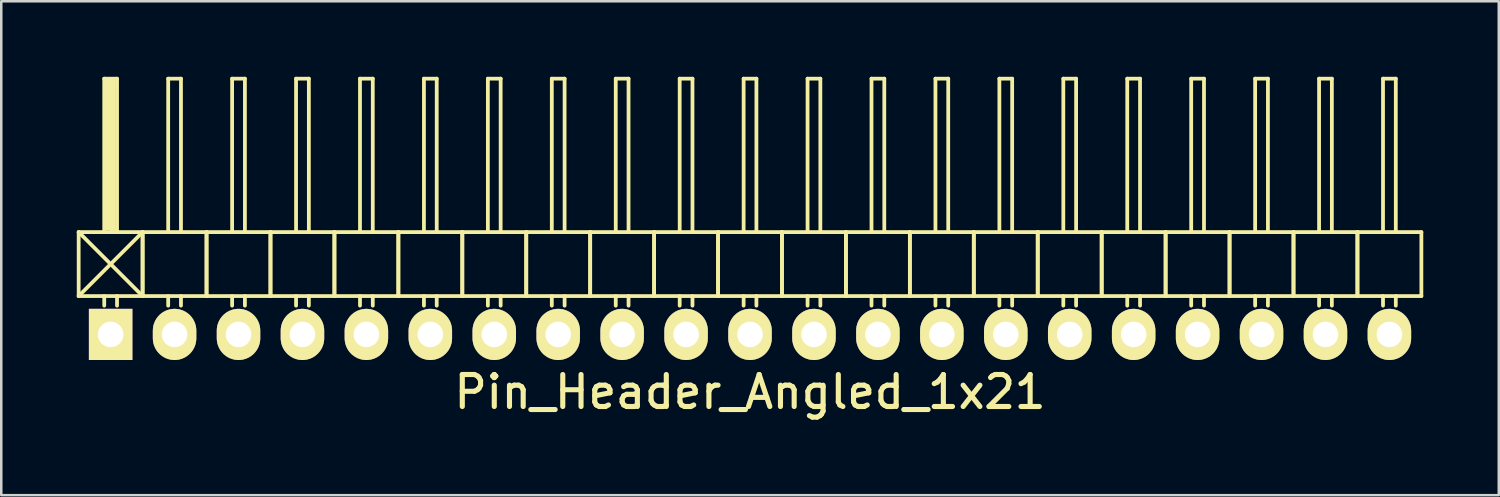
<source format=kicad_pcb>
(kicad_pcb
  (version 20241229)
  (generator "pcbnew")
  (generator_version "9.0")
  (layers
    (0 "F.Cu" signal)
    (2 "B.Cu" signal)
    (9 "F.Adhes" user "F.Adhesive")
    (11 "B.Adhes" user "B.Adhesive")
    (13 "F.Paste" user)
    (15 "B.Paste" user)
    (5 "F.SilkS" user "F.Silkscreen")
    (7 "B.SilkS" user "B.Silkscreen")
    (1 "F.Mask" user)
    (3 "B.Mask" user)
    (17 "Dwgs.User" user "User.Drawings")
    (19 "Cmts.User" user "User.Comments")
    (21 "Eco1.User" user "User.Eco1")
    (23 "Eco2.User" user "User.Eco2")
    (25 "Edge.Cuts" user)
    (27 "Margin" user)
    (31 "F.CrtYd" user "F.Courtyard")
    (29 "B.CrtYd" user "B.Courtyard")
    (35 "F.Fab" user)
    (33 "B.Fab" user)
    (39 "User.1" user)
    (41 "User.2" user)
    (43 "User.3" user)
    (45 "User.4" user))
  (footprint "Pin_Header_Angled_1x21"
    (layer "F.Cu")
    (at 26.745 10.235)
    (property "Reference" "Pin_Header_Angled_1x21" (at 0 2.286 0) (layer "F.SilkS") (effects (font (size 1.27 1.27) (thickness 0.203))))
    (attr through_hole)
    (fp_line (start -26.67 -4.064) (end -24.13 -1.524) (stroke (width 0.15) (type solid)) (layer "F.SilkS"))
    (fp_line (start -26.67 -1.524) (end -26.67 -4.064) (stroke (width 0.15) (type solid)) (layer "F.SilkS"))
    (fp_line (start -26.67 -1.524) (end -24.13 -1.524) (stroke (width 0.15) (type solid)) (layer "F.SilkS"))
    (fp_line (start -25.654 -10.16) (end -25.146 -10.16) (stroke (width 0.15) (type solid)) (layer "F.SilkS"))
    (fp_line (start -25.654 -4.064) (end -25.654 -10.16) (stroke (width 0.15) (type solid)) (layer "F.SilkS"))
    (fp_line (start -25.654 -1.524) (end -25.654 -1.143) (stroke (width 0.15) (type solid)) (layer "F.SilkS"))
    (fp_line (start -25.527 -10.033) (end -25.273 -10.033) (stroke (width 0.15) (type solid)) (layer "F.SilkS"))
    (fp_line (start -25.527 -4.191) (end -25.527 -10.033) (stroke (width 0.15) (type solid)) (layer "F.SilkS"))
    (fp_line (start -25.4 -4.191) (end -25.4 -10.033) (stroke (width 0.15) (type solid)) (layer "F.SilkS"))
    (fp_line (start -25.273 -10.033) (end -25.273 -4.191) (stroke (width 0.15) (type solid)) (layer "F.SilkS"))
    (fp_line (start -25.273 -4.191) (end -25.4 -4.191) (stroke (width 0.15) (type solid)) (layer "F.SilkS"))
    (fp_line (start -25.146 -10.16) (end -25.146 -4.064) (stroke (width 0.15) (type solid)) (layer "F.SilkS"))
    (fp_line (start -25.146 -1.524) (end -25.146 -1.143) (stroke (width 0.15) (type solid)) (layer "F.SilkS"))
    (fp_line (start -24.13 -4.064) (end -26.67 -4.064) (stroke (width 0.15) (type solid)) (layer "F.SilkS"))
    (fp_line (start -24.13 -4.064) (end -26.67 -1.524) (stroke (width 0.15) (type solid)) (layer "F.SilkS"))
    (fp_line (start -24.13 -1.524) (end -24.13 -4.064) (stroke (width 0.15) (type solid)) (layer "F.SilkS"))
    (fp_line (start -24.13 -1.524) (end -24.13 -4.064) (stroke (width 0.15) (type solid)) (layer "F.SilkS"))
    (fp_line (start -24.13 -1.524) (end -21.59 -1.524) (stroke (width 0.15) (type solid)) (layer "F.SilkS"))
    (fp_line (start -23.114 -10.16) (end -22.606 -10.16) (stroke (width 0.15) (type solid)) (layer "F.SilkS"))
    (fp_line (start -23.114 -4.064) (end -23.114 -10.16) (stroke (width 0.15) (type solid)) (layer "F.SilkS"))
    (fp_line (start -23.114 -1.524) (end -23.114 -1.143) (stroke (width 0.15) (type solid)) (layer "F.SilkS"))
    (fp_line (start -22.606 -10.16) (end -22.606 -4.064) (stroke (width 0.15) (type solid)) (layer "F.SilkS"))
    (fp_line (start -22.606 -1.524) (end -22.606 -1.143) (stroke (width 0.15) (type solid)) (layer "F.SilkS"))
    (fp_line (start -21.59 -4.064) (end -24.13 -4.064) (stroke (width 0.15) (type solid)) (layer "F.SilkS"))
    (fp_line (start -21.59 -1.524) (end -21.59 -4.064) (stroke (width 0.15) (type solid)) (layer "F.SilkS"))
    (fp_line (start -21.59 -1.524) (end -21.59 -4.064) (stroke (width 0.15) (type solid)) (layer "F.SilkS"))
    (fp_line (start -21.59 -1.524) (end -19.05 -1.524) (stroke (width 0.15) (type solid)) (layer "F.SilkS"))
    (fp_line (start -20.574 -10.16) (end -20.066 -10.16) (stroke (width 0.15) (type solid)) (layer "F.SilkS"))
    (fp_line (start -20.574 -4.064) (end -20.574 -10.16) (stroke (width 0.15) (type solid)) (layer "F.SilkS"))
    (fp_line (start -20.574 -1.524) (end -20.574 -1.143) (stroke (width 0.15) (type solid)) (layer "F.SilkS"))
    (fp_line (start -20.066 -10.16) (end -20.066 -4.064) (stroke (width 0.15) (type solid)) (layer "F.SilkS"))
    (fp_line (start -20.066 -1.524) (end -20.066 -1.143) (stroke (width 0.15) (type solid)) (layer "F.SilkS"))
    (fp_line (start -19.05 -4.064) (end -21.59 -4.064) (stroke (width 0.15) (type solid)) (layer "F.SilkS"))
    (fp_line (start -19.05 -1.524) (end -19.05 -4.064) (stroke (width 0.15) (type solid)) (layer "F.SilkS"))
    (fp_line (start -19.05 -1.524) (end -19.05 -4.064) (stroke (width 0.15) (type solid)) (layer "F.SilkS"))
    (fp_line (start -19.05 -1.524) (end -16.51 -1.524) (stroke (width 0.15) (type solid)) (layer "F.SilkS"))
    (fp_line (start -18.034 -10.16) (end -17.526 -10.16) (stroke (width 0.15) (type solid)) (layer "F.SilkS"))
    (fp_line (start -18.034 -4.064) (end -18.034 -10.16) (stroke (width 0.15) (type solid)) (layer "F.SilkS"))
    (fp_line (start -18.034 -1.524) (end -18.034 -1.143) (stroke (width 0.15) (type solid)) (layer "F.SilkS"))
    (fp_line (start -17.526 -10.16) (end -17.526 -4.064) (stroke (width 0.15) (type solid)) (layer "F.SilkS"))
    (fp_line (start -17.526 -1.524) (end -17.526 -1.143) (stroke (width 0.15) (type solid)) (layer "F.SilkS"))
    (fp_line (start -16.51 -4.064) (end -19.05 -4.064) (stroke (width 0.15) (type solid)) (layer "F.SilkS"))
    (fp_line (start -16.51 -1.524) (end -16.51 -4.064) (stroke (width 0.15) (type solid)) (layer "F.SilkS"))
    (fp_line (start -16.51 -1.524) (end -16.51 -4.064) (stroke (width 0.15) (type solid)) (layer "F.SilkS"))
    (fp_line (start -16.51 -1.524) (end -13.97 -1.524) (stroke (width 0.15) (type solid)) (layer "F.SilkS"))
    (fp_line (start -15.494 -10.16) (end -14.986 -10.16) (stroke (width 0.15) (type solid)) (layer "F.SilkS"))
    (fp_line (start -15.494 -4.064) (end -15.494 -10.16) (stroke (width 0.15) (type solid)) (layer "F.SilkS"))
    (fp_line (start -15.494 -1.524) (end -15.494 -1.143) (stroke (width 0.15) (type solid)) (layer "F.SilkS"))
    (fp_line (start -14.986 -10.16) (end -14.986 -4.064) (stroke (width 0.15) (type solid)) (layer "F.SilkS"))
    (fp_line (start -14.986 -1.524) (end -14.986 -1.143) (stroke (width 0.15) (type solid)) (layer "F.SilkS"))
    (fp_line (start -13.97 -4.064) (end -16.51 -4.064) (stroke (width 0.15) (type solid)) (layer "F.SilkS"))
    (fp_line (start -13.97 -1.524) (end -13.97 -4.064) (stroke (width 0.15) (type solid)) (layer "F.SilkS"))
    (fp_line (start -13.97 -1.524) (end -13.97 -4.064) (stroke (width 0.15) (type solid)) (layer "F.SilkS"))
    (fp_line (start -13.97 -1.524) (end -11.43 -1.524) (stroke (width 0.15) (type solid)) (layer "F.SilkS"))
    (fp_line (start -12.954 -10.16) (end -12.446 -10.16) (stroke (width 0.15) (type solid)) (layer "F.SilkS"))
    (fp_line (start -12.954 -4.064) (end -12.954 -10.16) (stroke (width 0.15) (type solid)) (layer "F.SilkS"))
    (fp_line (start -12.954 -1.524) (end -12.954 -1.143) (stroke (width 0.15) (type solid)) (layer "F.SilkS"))
    (fp_line (start -12.446 -10.16) (end -12.446 -4.064) (stroke (width 0.15) (type solid)) (layer "F.SilkS"))
    (fp_line (start -12.446 -1.524) (end -12.446 -1.143) (stroke (width 0.15) (type solid)) (layer "F.SilkS"))
    (fp_line (start -11.43 -4.064) (end -13.97 -4.064) (stroke (width 0.15) (type solid)) (layer "F.SilkS"))
    (fp_line (start -11.43 -1.524) (end -11.43 -4.064) (stroke (width 0.15) (type solid)) (layer "F.SilkS"))
    (fp_line (start -11.43 -1.524) (end -11.43 -4.064) (stroke (width 0.15) (type solid)) (layer "F.SilkS"))
    (fp_line (start -11.43 -1.524) (end -8.89 -1.524) (stroke (width 0.15) (type solid)) (layer "F.SilkS"))
    (fp_line (start -10.414 -10.16) (end -9.906 -10.16) (stroke (width 0.15) (type solid)) (layer "F.SilkS"))
    (fp_line (start -10.414 -4.064) (end -10.414 -10.16) (stroke (width 0.15) (type solid)) (layer "F.SilkS"))
    (fp_line (start -10.414 -1.524) (end -10.414 -1.143) (stroke (width 0.15) (type solid)) (layer "F.SilkS"))
    (fp_line (start -9.906 -10.16) (end -9.906 -4.064) (stroke (width 0.15) (type solid)) (layer "F.SilkS"))
    (fp_line (start -9.906 -1.524) (end -9.906 -1.143) (stroke (width 0.15) (type solid)) (layer "F.SilkS"))
    (fp_line (start -8.89 -4.064) (end -11.43 -4.064) (stroke (width 0.15) (type solid)) (layer "F.SilkS"))
    (fp_line (start -8.89 -1.524) (end -8.89 -4.064) (stroke (width 0.15) (type solid)) (layer "F.SilkS"))
    (fp_line (start -8.89 -1.524) (end -8.89 -4.064) (stroke (width 0.15) (type solid)) (layer "F.SilkS"))
    (fp_line (start -8.89 -1.524) (end -6.35 -1.524) (stroke (width 0.15) (type solid)) (layer "F.SilkS"))
    (fp_line (start -7.874 -10.16) (end -7.366 -10.16) (stroke (width 0.15) (type solid)) (layer "F.SilkS"))
    (fp_line (start -7.874 -4.064) (end -7.874 -10.16) (stroke (width 0.15) (type solid)) (layer "F.SilkS"))
    (fp_line (start -7.874 -1.524) (end -7.874 -1.143) (stroke (width 0.15) (type solid)) (layer "F.SilkS"))
    (fp_line (start -7.366 -10.16) (end -7.366 -4.064) (stroke (width 0.15) (type solid)) (layer "F.SilkS"))
    (fp_line (start -7.366 -1.524) (end -7.366 -1.143) (stroke (width 0.15) (type solid)) (layer "F.SilkS"))
    (fp_line (start -6.35 -4.064) (end -8.89 -4.064) (stroke (width 0.15) (type solid)) (layer "F.SilkS"))
    (fp_line (start -6.35 -1.524) (end -6.35 -4.064) (stroke (width 0.15) (type solid)) (layer "F.SilkS"))
    (fp_line (start -6.35 -1.524) (end -6.35 -4.064) (stroke (width 0.15) (type solid)) (layer "F.SilkS"))
    (fp_line (start -6.35 -1.524) (end -3.81 -1.524) (stroke (width 0.15) (type solid)) (layer "F.SilkS"))
    (fp_line (start -5.334 -10.16) (end -4.826 -10.16) (stroke (width 0.15) (type solid)) (layer "F.SilkS"))
    (fp_line (start -5.334 -4.064) (end -5.334 -10.16) (stroke (width 0.15) (type solid)) (layer "F.SilkS"))
    (fp_line (start -5.334 -1.524) (end -5.334 -1.143) (stroke (width 0.15) (type solid)) (layer "F.SilkS"))
    (fp_line (start -4.826 -10.16) (end -4.826 -4.064) (stroke (width 0.15) (type solid)) (layer "F.SilkS"))
    (fp_line (start -4.826 -1.524) (end -4.826 -1.143) (stroke (width 0.15) (type solid)) (layer "F.SilkS"))
    (fp_line (start -3.81 -4.064) (end -6.35 -4.064) (stroke (width 0.15) (type solid)) (layer "F.SilkS"))
    (fp_line (start -3.81 -1.524) (end -3.81 -4.064) (stroke (width 0.15) (type solid)) (layer "F.SilkS"))
    (fp_line (start -3.81 -1.524) (end -3.81 -4.064) (stroke (width 0.15) (type solid)) (layer "F.SilkS"))
    (fp_line (start -3.81 -1.524) (end -1.27 -1.524) (stroke (width 0.15) (type solid)) (layer "F.SilkS"))
    (fp_line (start -2.794 -10.16) (end -2.286 -10.16) (stroke (width 0.15) (type solid)) (layer "F.SilkS"))
    (fp_line (start -2.794 -4.064) (end -2.794 -10.16) (stroke (width 0.15) (type solid)) (layer "F.SilkS"))
    (fp_line (start -2.794 -1.524) (end -2.794 -1.143) (stroke (width 0.15) (type solid)) (layer "F.SilkS"))
    (fp_line (start -2.286 -10.16) (end -2.286 -4.064) (stroke (width 0.15) (type solid)) (layer "F.SilkS"))
    (fp_line (start -2.286 -1.524) (end -2.286 -1.143) (stroke (width 0.15) (type solid)) (layer "F.SilkS"))
    (fp_line (start -1.27 -4.064) (end -3.81 -4.064) (stroke (width 0.15) (type solid)) (layer "F.SilkS"))
    (fp_line (start -1.27 -1.524) (end -1.27 -4.064) (stroke (width 0.15) (type solid)) (layer "F.SilkS"))
    (fp_line (start -1.27 -1.524) (end -1.27 -4.064) (stroke (width 0.15) (type solid)) (layer "F.SilkS"))
    (fp_line (start -1.27 -1.524) (end 1.27 -1.524) (stroke (width 0.15) (type solid)) (layer "F.SilkS"))
    (fp_line (start -0.254 -10.16) (end 0.254 -10.16) (stroke (width 0.15) (type solid)) (layer "F.SilkS"))
    (fp_line (start -0.254 -4.064) (end -0.254 -10.16) (stroke (width 0.15) (type solid)) (layer "F.SilkS"))
    (fp_line (start -0.254 -1.524) (end -0.254 -1.143) (stroke (width 0.15) (type solid)) (layer "F.SilkS"))
    (fp_line (start 0.254 -10.16) (end 0.254 -4.064) (stroke (width 0.15) (type solid)) (layer "F.SilkS"))
    (fp_line (start 0.254 -1.524) (end 0.254 -1.143) (stroke (width 0.15) (type solid)) (layer "F.SilkS"))
    (fp_line (start 1.27 -4.064) (end -1.27 -4.064) (stroke (width 0.15) (type solid)) (layer "F.SilkS"))
    (fp_line (start 1.27 -1.524) (end 1.27 -4.064) (stroke (width 0.15) (type solid)) (layer "F.SilkS"))
    (fp_line (start 1.27 -1.524) (end 1.27 -4.064) (stroke (width 0.15) (type solid)) (layer "F.SilkS"))
    (fp_line (start 1.27 -1.524) (end 3.81 -1.524) (stroke (width 0.15) (type solid)) (layer "F.SilkS"))
    (fp_line (start 2.286 -10.16) (end 2.794 -10.16) (stroke (width 0.15) (type solid)) (layer "F.SilkS"))
    (fp_line (start 2.286 -4.064) (end 2.286 -10.16) (stroke (width 0.15) (type solid)) (layer "F.SilkS"))
    (fp_line (start 2.286 -1.524) (end 2.286 -1.143) (stroke (width 0.15) (type solid)) (layer "F.SilkS"))
    (fp_line (start 2.794 -10.16) (end 2.794 -4.064) (stroke (width 0.15) (type solid)) (layer "F.SilkS"))
    (fp_line (start 2.794 -1.524) (end 2.794 -1.143) (stroke (width 0.15) (type solid)) (layer "F.SilkS"))
    (fp_line (start 3.81 -4.064) (end 1.27 -4.064) (stroke (width 0.15) (type solid)) (layer "F.SilkS"))
    (fp_line (start 3.81 -1.524) (end 3.81 -4.064) (stroke (width 0.15) (type solid)) (layer "F.SilkS"))
    (fp_line (start 3.81 -1.524) (end 3.81 -4.064) (stroke (width 0.15) (type solid)) (layer "F.SilkS"))
    (fp_line (start 3.81 -1.524) (end 6.35 -1.524) (stroke (width 0.15) (type solid)) (layer "F.SilkS"))
    (fp_line (start 4.826 -10.16) (end 5.334 -10.16) (stroke (width 0.15) (type solid)) (layer "F.SilkS"))
    (fp_line (start 4.826 -4.064) (end 4.826 -10.16) (stroke (width 0.15) (type solid)) (layer "F.SilkS"))
    (fp_line (start 4.826 -1.524) (end 4.826 -1.143) (stroke (width 0.15) (type solid)) (layer "F.SilkS"))
    (fp_line (start 5.334 -10.16) (end 5.334 -4.064) (stroke (width 0.15) (type solid)) (layer "F.SilkS"))
    (fp_line (start 5.334 -1.524) (end 5.334 -1.143) (stroke (width 0.15) (type solid)) (layer "F.SilkS"))
    (fp_line (start 6.35 -4.064) (end 3.81 -4.064) (stroke (width 0.15) (type solid)) (layer "F.SilkS"))
    (fp_line (start 6.35 -1.524) (end 6.35 -4.064) (stroke (width 0.15) (type solid)) (layer "F.SilkS"))
    (fp_line (start 6.35 -1.524) (end 6.35 -4.064) (stroke (width 0.15) (type solid)) (layer "F.SilkS"))
    (fp_line (start 6.35 -1.524) (end 8.89 -1.524) (stroke (width 0.15) (type solid)) (layer "F.SilkS"))
    (fp_line (start 7.366 -10.16) (end 7.874 -10.16) (stroke (width 0.15) (type solid)) (layer "F.SilkS"))
    (fp_line (start 7.366 -4.064) (end 7.366 -10.16) (stroke (width 0.15) (type solid)) (layer "F.SilkS"))
    (fp_line (start 7.366 -1.524) (end 7.366 -1.143) (stroke (width 0.15) (type solid)) (layer "F.SilkS"))
    (fp_line (start 7.874 -10.16) (end 7.874 -4.064) (stroke (width 0.15) (type solid)) (layer "F.SilkS"))
    (fp_line (start 7.874 -1.524) (end 7.874 -1.143) (stroke (width 0.15) (type solid)) (layer "F.SilkS"))
    (fp_line (start 8.89 -4.064) (end 6.35 -4.064) (stroke (width 0.15) (type solid)) (layer "F.SilkS"))
    (fp_line (start 8.89 -1.524) (end 8.89 -4.064) (stroke (width 0.15) (type solid)) (layer "F.SilkS"))
    (fp_line (start 8.89 -1.524) (end 8.89 -4.064) (stroke (width 0.15) (type solid)) (layer "F.SilkS"))
    (fp_line (start 8.89 -1.524) (end 11.43 -1.524) (stroke (width 0.15) (type solid)) (layer "F.SilkS"))
    (fp_line (start 9.906 -10.16) (end 10.414 -10.16) (stroke (width 0.15) (type solid)) (layer "F.SilkS"))
    (fp_line (start 9.906 -4.064) (end 9.906 -10.16) (stroke (width 0.15) (type solid)) (layer "F.SilkS"))
    (fp_line (start 9.906 -1.524) (end 9.906 -1.143) (stroke (width 0.15) (type solid)) (layer "F.SilkS"))
    (fp_line (start 10.414 -10.16) (end 10.414 -4.064) (stroke (width 0.15) (type solid)) (layer "F.SilkS"))
    (fp_line (start 10.414 -1.524) (end 10.414 -1.143) (stroke (width 0.15) (type solid)) (layer "F.SilkS"))
    (fp_line (start 11.43 -4.064) (end 8.89 -4.064) (stroke (width 0.15) (type solid)) (layer "F.SilkS"))
    (fp_line (start 11.43 -1.524) (end 11.43 -4.064) (stroke (width 0.15) (type solid)) (layer "F.SilkS"))
    (fp_line (start 11.43 -1.524) (end 11.43 -4.064) (stroke (width 0.15) (type solid)) (layer "F.SilkS"))
    (fp_line (start 11.43 -1.524) (end 13.97 -1.524) (stroke (width 0.15) (type solid)) (layer "F.SilkS"))
    (fp_line (start 12.446 -10.16) (end 12.954 -10.16) (stroke (width 0.15) (type solid)) (layer "F.SilkS"))
    (fp_line (start 12.446 -4.064) (end 12.446 -10.16) (stroke (width 0.15) (type solid)) (layer "F.SilkS"))
    (fp_line (start 12.446 -1.524) (end 12.446 -1.143) (stroke (width 0.15) (type solid)) (layer "F.SilkS"))
    (fp_line (start 12.954 -10.16) (end 12.954 -4.064) (stroke (width 0.15) (type solid)) (layer "F.SilkS"))
    (fp_line (start 12.954 -1.524) (end 12.954 -1.143) (stroke (width 0.15) (type solid)) (layer "F.SilkS"))
    (fp_line (start 13.97 -4.064) (end 11.43 -4.064) (stroke (width 0.15) (type solid)) (layer "F.SilkS"))
    (fp_line (start 13.97 -1.524) (end 13.97 -4.064) (stroke (width 0.15) (type solid)) (layer "F.SilkS"))
    (fp_line (start 13.97 -1.524) (end 13.97 -4.064) (stroke (width 0.15) (type solid)) (layer "F.SilkS"))
    (fp_line (start 13.97 -1.524) (end 16.51 -1.524) (stroke (width 0.15) (type solid)) (layer "F.SilkS"))
    (fp_line (start 14.986 -10.16) (end 15.494 -10.16) (stroke (width 0.15) (type solid)) (layer "F.SilkS"))
    (fp_line (start 14.986 -4.064) (end 14.986 -10.16) (stroke (width 0.15) (type solid)) (layer "F.SilkS"))
    (fp_line (start 14.986 -1.524) (end 14.986 -1.143) (stroke (width 0.15) (type solid)) (layer "F.SilkS"))
    (fp_line (start 15.494 -10.16) (end 15.494 -4.064) (stroke (width 0.15) (type solid)) (layer "F.SilkS"))
    (fp_line (start 15.494 -1.524) (end 15.494 -1.143) (stroke (width 0.15) (type solid)) (layer "F.SilkS"))
    (fp_line (start 16.51 -4.064) (end 13.97 -4.064) (stroke (width 0.15) (type solid)) (layer "F.SilkS"))
    (fp_line (start 16.51 -1.524) (end 16.51 -4.064) (stroke (width 0.15) (type solid)) (layer "F.SilkS"))
    (fp_line (start 16.51 -1.524) (end 16.51 -4.064) (stroke (width 0.15) (type solid)) (layer "F.SilkS"))
    (fp_line (start 16.51 -1.524) (end 19.05 -1.524) (stroke (width 0.15) (type solid)) (layer "F.SilkS"))
    (fp_line (start 17.526 -10.16) (end 18.034 -10.16) (stroke (width 0.15) (type solid)) (layer "F.SilkS"))
    (fp_line (start 17.526 -4.064) (end 17.526 -10.16) (stroke (width 0.15) (type solid)) (layer "F.SilkS"))
    (fp_line (start 17.526 -1.524) (end 17.526 -1.143) (stroke (width 0.15) (type solid)) (layer "F.SilkS"))
    (fp_line (start 18.034 -10.16) (end 18.034 -4.064) (stroke (width 0.15) (type solid)) (layer "F.SilkS"))
    (fp_line (start 18.034 -1.524) (end 18.034 -1.143) (stroke (width 0.15) (type solid)) (layer "F.SilkS"))
    (fp_line (start 19.05 -4.064) (end 16.51 -4.064) (stroke (width 0.15) (type solid)) (layer "F.SilkS"))
    (fp_line (start 19.05 -1.524) (end 19.05 -4.064) (stroke (width 0.15) (type solid)) (layer "F.SilkS"))
    (fp_line (start 19.05 -1.524) (end 19.05 -4.064) (stroke (width 0.15) (type solid)) (layer "F.SilkS"))
    (fp_line (start 19.05 -1.524) (end 21.59 -1.524) (stroke (width 0.15) (type solid)) (layer "F.SilkS"))
    (fp_line (start 20.066 -10.16) (end 20.574 -10.16) (stroke (width 0.15) (type solid)) (layer "F.SilkS"))
    (fp_line (start 20.066 -4.064) (end 20.066 -10.16) (stroke (width 0.15) (type solid)) (layer "F.SilkS"))
    (fp_line (start 20.066 -1.524) (end 20.066 -1.143) (stroke (width 0.15) (type solid)) (layer "F.SilkS"))
    (fp_line (start 20.574 -10.16) (end 20.574 -4.064) (stroke (width 0.15) (type solid)) (layer "F.SilkS"))
    (fp_line (start 20.574 -1.524) (end 20.574 -1.143) (stroke (width 0.15) (type solid)) (layer "F.SilkS"))
    (fp_line (start 21.59 -4.064) (end 19.05 -4.064) (stroke (width 0.15) (type solid)) (layer "F.SilkS"))
    (fp_line (start 21.59 -1.524) (end 21.59 -4.064) (stroke (width 0.15) (type solid)) (layer "F.SilkS"))
    (fp_line (start 21.59 -1.524) (end 21.59 -4.064) (stroke (width 0.15) (type solid)) (layer "F.SilkS"))
    (fp_line (start 21.59 -1.524) (end 24.13 -1.524) (stroke (width 0.15) (type solid)) (layer "F.SilkS"))
    (fp_line (start 22.606 -10.16) (end 23.114 -10.16) (stroke (width 0.15) (type solid)) (layer "F.SilkS"))
    (fp_line (start 22.606 -4.064) (end 22.606 -10.16) (stroke (width 0.15) (type solid)) (layer "F.SilkS"))
    (fp_line (start 22.606 -1.524) (end 22.606 -1.143) (stroke (width 0.15) (type solid)) (layer "F.SilkS"))
    (fp_line (start 23.114 -10.16) (end 23.114 -4.064) (stroke (width 0.15) (type solid)) (layer "F.SilkS"))
    (fp_line (start 23.114 -1.524) (end 23.114 -1.143) (stroke (width 0.15) (type solid)) (layer "F.SilkS"))
    (fp_line (start 24.13 -4.064) (end 21.59 -4.064) (stroke (width 0.15) (type solid)) (layer "F.SilkS"))
    (fp_line (start 24.13 -1.524) (end 24.13 -4.064) (stroke (width 0.15) (type solid)) (layer "F.SilkS"))
    (fp_line (start 24.13 -1.524) (end 24.13 -4.064) (stroke (width 0.15) (type solid)) (layer "F.SilkS"))
    (fp_line (start 24.13 -1.524) (end 26.67 -1.524) (stroke (width 0.15) (type solid)) (layer "F.SilkS"))
    (fp_line (start 25.146 -10.16) (end 25.654 -10.16) (stroke (width 0.15) (type solid)) (layer "F.SilkS"))
    (fp_line (start 25.146 -4.064) (end 25.146 -10.16) (stroke (width 0.15) (type solid)) (layer "F.SilkS"))
    (fp_line (start 25.146 -1.524) (end 25.146 -1.143) (stroke (width 0.15) (type solid)) (layer "F.SilkS"))
    (fp_line (start 25.654 -10.16) (end 25.654 -4.064) (stroke (width 0.15) (type solid)) (layer "F.SilkS"))
    (fp_line (start 25.654 -1.524) (end 25.654 -1.143) (stroke (width 0.15) (type solid)) (layer "F.SilkS"))
    (fp_line (start 26.67 -4.064) (end 24.13 -4.064) (stroke (width 0.15) (type solid)) (layer "F.SilkS"))
    (fp_line (start 26.67 -1.524) (end 26.67 -4.064) (stroke (width 0.15) (type solid)) (layer "F.SilkS"))
    (pad "1" thru_hole rect (at -25.4 0) (size 1.727 2.032) (drill 1.016) (layers "*.Cu" "*.Mask" "F.SilkS"))
    (pad "2" thru_hole oval (at -22.86 0) (size 1.727 2.032) (drill 1.016) (layers "*.Cu" "*.Mask" "F.SilkS"))
    (pad "3" thru_hole oval (at -20.32 0) (size 1.727 2.032) (drill 1.016) (layers "*.Cu" "*.Mask" "F.SilkS"))
    (pad "4" thru_hole oval (at -17.78 0) (size 1.727 2.032) (drill 1.016) (layers "*.Cu" "*.Mask" "F.SilkS"))
    (pad "5" thru_hole oval (at -15.24 0) (size 1.727 2.032) (drill 1.016) (layers "*.Cu" "*.Mask" "F.SilkS"))
    (pad "6" thru_hole oval (at -12.7 0) (size 1.727 2.032) (drill 1.016) (layers "*.Cu" "*.Mask" "F.SilkS"))
    (pad "7" thru_hole oval (at -10.16 0) (size 1.727 2.032) (drill 1.016) (layers "*.Cu" "*.Mask" "F.SilkS"))
    (pad "8" thru_hole oval (at -7.62 0) (size 1.727 2.032) (drill 1.016) (layers "*.Cu" "*.Mask" "F.SilkS"))
    (pad "9" thru_hole oval (at -5.08 0) (size 1.727 2.032) (drill 1.016) (layers "*.Cu" "*.Mask" "F.SilkS"))
    (pad "10" thru_hole oval (at -2.54 0) (size 1.727 2.032) (drill 1.016) (layers "*.Cu" "*.Mask" "F.SilkS"))
    (pad "11" thru_hole oval (at 0 0) (size 1.727 2.032) (drill 1.016) (layers "*.Cu" "*.Mask" "F.SilkS"))
    (pad "12" thru_hole oval (at 2.54 0) (size 1.727 2.032) (drill 1.016) (layers "*.Cu" "*.Mask" "F.SilkS"))
    (pad "13" thru_hole oval (at 5.08 0) (size 1.727 2.032) (drill 1.016) (layers "*.Cu" "*.Mask" "F.SilkS"))
    (pad "14" thru_hole oval (at 7.62 0) (size 1.727 2.032) (drill 1.016) (layers "*.Cu" "*.Mask" "F.SilkS"))
    (pad "15" thru_hole oval (at 10.16 0) (size 1.727 2.032) (drill 1.016) (layers "*.Cu" "*.Mask" "F.SilkS"))
    (pad "16" thru_hole oval (at 12.7 0) (size 1.727 2.032) (drill 1.016) (layers "*.Cu" "*.Mask" "F.SilkS"))
    (pad "17" thru_hole oval (at 15.24 0) (size 1.727 2.032) (drill 1.016) (layers "*.Cu" "*.Mask" "F.SilkS"))
    (pad "18" thru_hole oval (at 17.78 0) (size 1.727 2.032) (drill 1.016) (layers "*.Cu" "*.Mask" "F.SilkS"))
    (pad "19" thru_hole oval (at 20.32 0) (size 1.727 2.032) (drill 1.016) (layers "*.Cu" "*.Mask" "F.SilkS"))
    (pad "20" thru_hole oval (at 22.86 0) (size 1.727 2.032) (drill 1.016) (layers "*.Cu" "*.Mask" "F.SilkS"))
    (pad "21" thru_hole oval (at 25.4 0) (size 1.727 2.032) (drill 1.016) (layers "*.Cu" "*.Mask" "F.SilkS")))
  (gr_rect
    (start -3 -3)
    (end 56.49 16.621)
    (stroke (width 0.1) (type default))
    (fill no)
    (layer "Edge.Cuts")))
</source>
